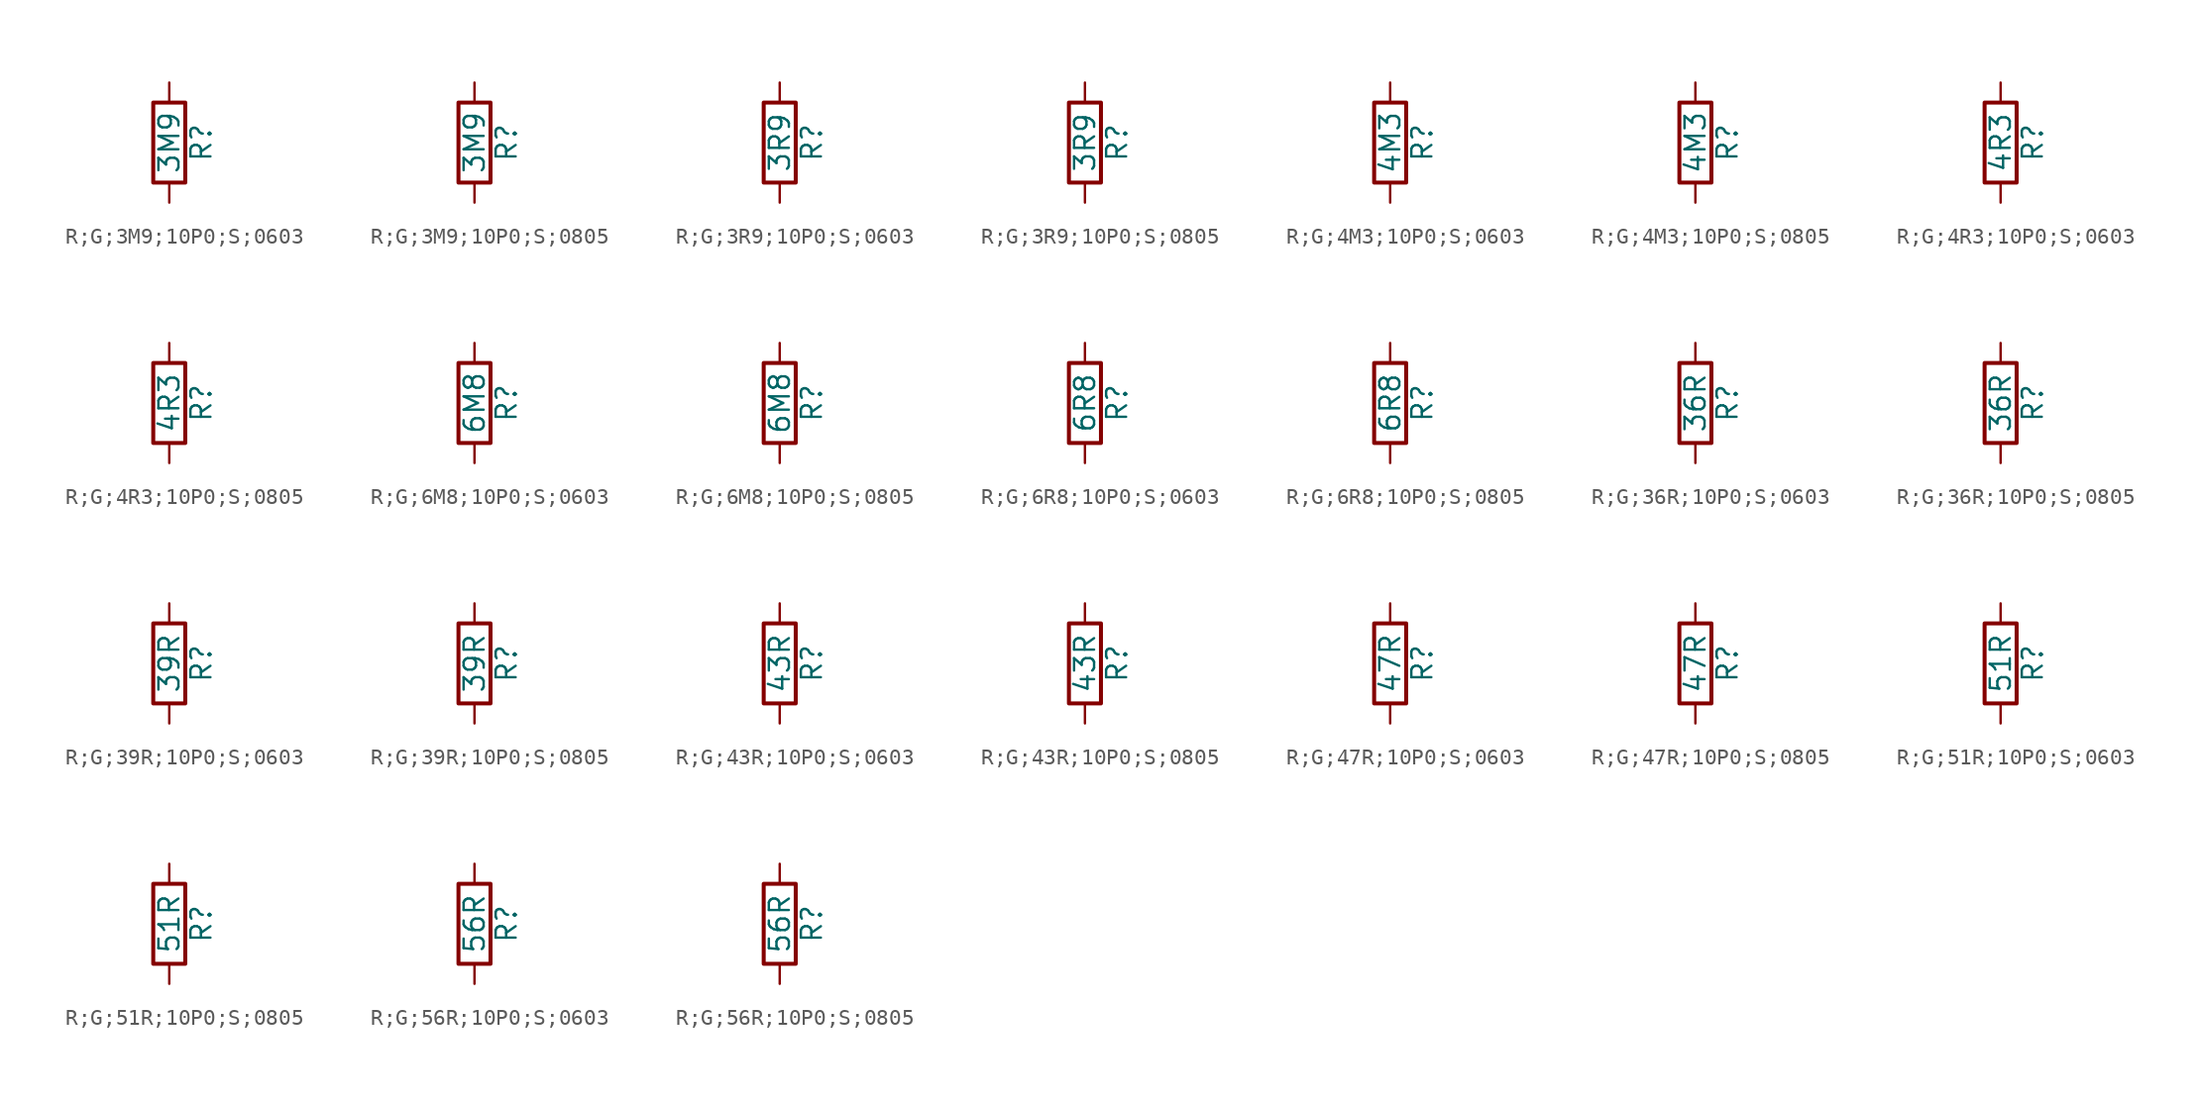
<source format=kicad_sym>
(kicad_symbol_lib
  (version 20231120)
  (generator "kicad_symbol_editor")
  (generator_version "8.0")
  (symbol "R;G;3M9;10P0;S;0603"
    (pin_numbers hide)
    (pin_names
      (offset 0))
    (property "Reference" "R"
      (at 2.032 0 90)
      (effects (font (size 1.27 1.27))))
    (property "Value" "3M9"
      (at 0 0 90)
      (effects (font (size 1.27 1.27))))
    (symbol "R;G;3M9;10P0;S;0603_0_1"
      (rectangle (start -1.016 -2.54) (end 1.016 2.54) (stroke (width 0.254) (type default)) (fill (type none))))
    (symbol "R;G;3M9;10P0;S;0603_1_1"
      (pin passive line (at 0 3.81 270) (length 1.27) (name "~" (effects (font (size 1.27 1.27)))) (number "1" (effects (font (size 1.27 1.27)))))
      (pin passive line (at 0 -3.81 90) (length 1.27) (name "~" (effects (font (size 1.27 1.27)))) (number "2" (effects (font (size 1.27 1.27)))))))
  (symbol "R;G;3M9;10P0;S;0805"
    (pin_numbers hide)
    (pin_names
      (offset 0))
    (property "Reference" "R"
      (at 2.032 0 90)
      (effects (font (size 1.27 1.27))))
    (property "Value" "3M9"
      (at 0 0 90)
      (effects (font (size 1.27 1.27))))
    (symbol "R;G;3M9;10P0;S;0805_0_1"
      (rectangle (start -1.016 -2.54) (end 1.016 2.54) (stroke (width 0.254) (type default)) (fill (type none))))
    (symbol "R;G;3M9;10P0;S;0805_1_1"
      (pin passive line (at 0 3.81 270) (length 1.27) (name "~" (effects (font (size 1.27 1.27)))) (number "1" (effects (font (size 1.27 1.27)))))
      (pin passive line (at 0 -3.81 90) (length 1.27) (name "~" (effects (font (size 1.27 1.27)))) (number "2" (effects (font (size 1.27 1.27)))))))
  (symbol "R;G;3R9;10P0;S;0603"
    (pin_numbers hide)
    (pin_names
      (offset 0))
    (property "Reference" "R"
      (at 2.032 0 90)
      (effects (font (size 1.27 1.27))))
    (property "Value" "3R9"
      (at 0 0 90)
      (effects (font (size 1.27 1.27))))
    (symbol "R;G;3R9;10P0;S;0603_0_1"
      (rectangle (start -1.016 -2.54) (end 1.016 2.54) (stroke (width 0.254) (type default)) (fill (type none))))
    (symbol "R;G;3R9;10P0;S;0603_1_1"
      (pin passive line (at 0 3.81 270) (length 1.27) (name "~" (effects (font (size 1.27 1.27)))) (number "1" (effects (font (size 1.27 1.27)))))
      (pin passive line (at 0 -3.81 90) (length 1.27) (name "~" (effects (font (size 1.27 1.27)))) (number "2" (effects (font (size 1.27 1.27)))))))
  (symbol "R;G;3R9;10P0;S;0805"
    (pin_numbers hide)
    (pin_names
      (offset 0))
    (property "Reference" "R"
      (at 2.032 0 90)
      (effects (font (size 1.27 1.27))))
    (property "Value" "3R9"
      (at 0 0 90)
      (effects (font (size 1.27 1.27))))
    (symbol "R;G;3R9;10P0;S;0805_0_1"
      (rectangle (start -1.016 -2.54) (end 1.016 2.54) (stroke (width 0.254) (type default)) (fill (type none))))
    (symbol "R;G;3R9;10P0;S;0805_1_1"
      (pin passive line (at 0 3.81 270) (length 1.27) (name "~" (effects (font (size 1.27 1.27)))) (number "1" (effects (font (size 1.27 1.27)))))
      (pin passive line (at 0 -3.81 90) (length 1.27) (name "~" (effects (font (size 1.27 1.27)))) (number "2" (effects (font (size 1.27 1.27)))))))
  (symbol "R;G;4M3;10P0;S;0603"
    (pin_numbers hide)
    (pin_names
      (offset 0))
    (property "Reference" "R"
      (at 2.032 0 90)
      (effects (font (size 1.27 1.27))))
    (property "Value" "4M3"
      (at 0 0 90)
      (effects (font (size 1.27 1.27))))
    (symbol "R;G;4M3;10P0;S;0603_0_1"
      (rectangle (start -1.016 -2.54) (end 1.016 2.54) (stroke (width 0.254) (type default)) (fill (type none))))
    (symbol "R;G;4M3;10P0;S;0603_1_1"
      (pin passive line (at 0 3.81 270) (length 1.27) (name "~" (effects (font (size 1.27 1.27)))) (number "1" (effects (font (size 1.27 1.27)))))
      (pin passive line (at 0 -3.81 90) (length 1.27) (name "~" (effects (font (size 1.27 1.27)))) (number "2" (effects (font (size 1.27 1.27)))))))
  (symbol "R;G;4M3;10P0;S;0805"
    (pin_numbers hide)
    (pin_names
      (offset 0))
    (property "Reference" "R"
      (at 2.032 0 90)
      (effects (font (size 1.27 1.27))))
    (property "Value" "4M3"
      (at 0 0 90)
      (effects (font (size 1.27 1.27))))
    (symbol "R;G;4M3;10P0;S;0805_0_1"
      (rectangle (start -1.016 -2.54) (end 1.016 2.54) (stroke (width 0.254) (type default)) (fill (type none))))
    (symbol "R;G;4M3;10P0;S;0805_1_1"
      (pin passive line (at 0 3.81 270) (length 1.27) (name "~" (effects (font (size 1.27 1.27)))) (number "1" (effects (font (size 1.27 1.27)))))
      (pin passive line (at 0 -3.81 90) (length 1.27) (name "~" (effects (font (size 1.27 1.27)))) (number "2" (effects (font (size 1.27 1.27)))))))
  (symbol "R;G;4R3;10P0;S;0603"
    (pin_numbers hide)
    (pin_names
      (offset 0))
    (property "Reference" "R"
      (at 2.032 0 90)
      (effects (font (size 1.27 1.27))))
    (property "Value" "4R3"
      (at 0 0 90)
      (effects (font (size 1.27 1.27))))
    (symbol "R;G;4R3;10P0;S;0603_0_1"
      (rectangle (start -1.016 -2.54) (end 1.016 2.54) (stroke (width 0.254) (type default)) (fill (type none))))
    (symbol "R;G;4R3;10P0;S;0603_1_1"
      (pin passive line (at 0 3.81 270) (length 1.27) (name "~" (effects (font (size 1.27 1.27)))) (number "1" (effects (font (size 1.27 1.27)))))
      (pin passive line (at 0 -3.81 90) (length 1.27) (name "~" (effects (font (size 1.27 1.27)))) (number "2" (effects (font (size 1.27 1.27)))))))
  (symbol "R;G;4R3;10P0;S;0805"
    (pin_numbers hide)
    (pin_names
      (offset 0))
    (property "Reference" "R"
      (at 2.032 0 90)
      (effects (font (size 1.27 1.27))))
    (property "Value" "4R3"
      (at 0 0 90)
      (effects (font (size 1.27 1.27))))
    (symbol "R;G;4R3;10P0;S;0805_0_1"
      (rectangle (start -1.016 -2.54) (end 1.016 2.54) (stroke (width 0.254) (type default)) (fill (type none))))
    (symbol "R;G;4R3;10P0;S;0805_1_1"
      (pin passive line (at 0 3.81 270) (length 1.27) (name "~" (effects (font (size 1.27 1.27)))) (number "1" (effects (font (size 1.27 1.27)))))
      (pin passive line (at 0 -3.81 90) (length 1.27) (name "~" (effects (font (size 1.27 1.27)))) (number "2" (effects (font (size 1.27 1.27)))))))
  (symbol "R;G;6M8;10P0;S;0603"
    (pin_numbers hide)
    (pin_names
      (offset 0))
    (property "Reference" "R"
      (at 2.032 0 90)
      (effects (font (size 1.27 1.27))))
    (property "Value" "6M8"
      (at 0 0 90)
      (effects (font (size 1.27 1.27))))
    (symbol "R;G;6M8;10P0;S;0603_0_1"
      (rectangle (start -1.016 -2.54) (end 1.016 2.54) (stroke (width 0.254) (type default)) (fill (type none))))
    (symbol "R;G;6M8;10P0;S;0603_1_1"
      (pin passive line (at 0 3.81 270) (length 1.27) (name "~" (effects (font (size 1.27 1.27)))) (number "1" (effects (font (size 1.27 1.27)))))
      (pin passive line (at 0 -3.81 90) (length 1.27) (name "~" (effects (font (size 1.27 1.27)))) (number "2" (effects (font (size 1.27 1.27)))))))
  (symbol "R;G;6M8;10P0;S;0805"
    (pin_numbers hide)
    (pin_names
      (offset 0))
    (property "Reference" "R"
      (at 2.032 0 90)
      (effects (font (size 1.27 1.27))))
    (property "Value" "6M8"
      (at 0 0 90)
      (effects (font (size 1.27 1.27))))
    (symbol "R;G;6M8;10P0;S;0805_0_1"
      (rectangle (start -1.016 -2.54) (end 1.016 2.54) (stroke (width 0.254) (type default)) (fill (type none))))
    (symbol "R;G;6M8;10P0;S;0805_1_1"
      (pin passive line (at 0 3.81 270) (length 1.27) (name "~" (effects (font (size 1.27 1.27)))) (number "1" (effects (font (size 1.27 1.27)))))
      (pin passive line (at 0 -3.81 90) (length 1.27) (name "~" (effects (font (size 1.27 1.27)))) (number "2" (effects (font (size 1.27 1.27)))))))
  (symbol "R;G;6R8;10P0;S;0603"
    (pin_numbers hide)
    (pin_names
      (offset 0))
    (property "Reference" "R"
      (at 2.032 0 90)
      (effects (font (size 1.27 1.27))))
    (property "Value" "6R8"
      (at 0 0 90)
      (effects (font (size 1.27 1.27))))
    (symbol "R;G;6R8;10P0;S;0603_0_1"
      (rectangle (start -1.016 -2.54) (end 1.016 2.54) (stroke (width 0.254) (type default)) (fill (type none))))
    (symbol "R;G;6R8;10P0;S;0603_1_1"
      (pin passive line (at 0 3.81 270) (length 1.27) (name "~" (effects (font (size 1.27 1.27)))) (number "1" (effects (font (size 1.27 1.27)))))
      (pin passive line (at 0 -3.81 90) (length 1.27) (name "~" (effects (font (size 1.27 1.27)))) (number "2" (effects (font (size 1.27 1.27)))))))
  (symbol "R;G;6R8;10P0;S;0805"
    (pin_numbers hide)
    (pin_names
      (offset 0))
    (property "Reference" "R"
      (at 2.032 0 90)
      (effects (font (size 1.27 1.27))))
    (property "Value" "6R8"
      (at 0 0 90)
      (effects (font (size 1.27 1.27))))
    (symbol "R;G;6R8;10P0;S;0805_0_1"
      (rectangle (start -1.016 -2.54) (end 1.016 2.54) (stroke (width 0.254) (type default)) (fill (type none))))
    (symbol "R;G;6R8;10P0;S;0805_1_1"
      (pin passive line (at 0 3.81 270) (length 1.27) (name "~" (effects (font (size 1.27 1.27)))) (number "1" (effects (font (size 1.27 1.27)))))
      (pin passive line (at 0 -3.81 90) (length 1.27) (name "~" (effects (font (size 1.27 1.27)))) (number "2" (effects (font (size 1.27 1.27)))))))
  (symbol "R;G;36R;10P0;S;0603"
    (pin_numbers hide)
    (pin_names
      (offset 0))
    (property "Reference" "R"
      (at 2.032 0 90)
      (effects (font (size 1.27 1.27))))
    (property "Value" "36R"
      (at 0 0 90)
      (effects (font (size 1.27 1.27))))
    (symbol "R;G;36R;10P0;S;0603_0_1"
      (rectangle (start -1.016 -2.54) (end 1.016 2.54) (stroke (width 0.254) (type default)) (fill (type none))))
    (symbol "R;G;36R;10P0;S;0603_1_1"
      (pin passive line (at 0 3.81 270) (length 1.27) (name "~" (effects (font (size 1.27 1.27)))) (number "1" (effects (font (size 1.27 1.27)))))
      (pin passive line (at 0 -3.81 90) (length 1.27) (name "~" (effects (font (size 1.27 1.27)))) (number "2" (effects (font (size 1.27 1.27)))))))
  (symbol "R;G;36R;10P0;S;0805"
    (pin_numbers hide)
    (pin_names
      (offset 0))
    (property "Reference" "R"
      (at 2.032 0 90)
      (effects (font (size 1.27 1.27))))
    (property "Value" "36R"
      (at 0 0 90)
      (effects (font (size 1.27 1.27))))
    (symbol "R;G;36R;10P0;S;0805_0_1"
      (rectangle (start -1.016 -2.54) (end 1.016 2.54) (stroke (width 0.254) (type default)) (fill (type none))))
    (symbol "R;G;36R;10P0;S;0805_1_1"
      (pin passive line (at 0 3.81 270) (length 1.27) (name "~" (effects (font (size 1.27 1.27)))) (number "1" (effects (font (size 1.27 1.27)))))
      (pin passive line (at 0 -3.81 90) (length 1.27) (name "~" (effects (font (size 1.27 1.27)))) (number "2" (effects (font (size 1.27 1.27)))))))
  (symbol "R;G;39R;10P0;S;0603"
    (pin_numbers hide)
    (pin_names
      (offset 0))
    (property "Reference" "R"
      (at 2.032 0 90)
      (effects (font (size 1.27 1.27))))
    (property "Value" "39R"
      (at 0 0 90)
      (effects (font (size 1.27 1.27))))
    (symbol "R;G;39R;10P0;S;0603_0_1"
      (rectangle (start -1.016 -2.54) (end 1.016 2.54) (stroke (width 0.254) (type default)) (fill (type none))))
    (symbol "R;G;39R;10P0;S;0603_1_1"
      (pin passive line (at 0 3.81 270) (length 1.27) (name "~" (effects (font (size 1.27 1.27)))) (number "1" (effects (font (size 1.27 1.27)))))
      (pin passive line (at 0 -3.81 90) (length 1.27) (name "~" (effects (font (size 1.27 1.27)))) (number "2" (effects (font (size 1.27 1.27)))))))
  (symbol "R;G;39R;10P0;S;0805"
    (pin_numbers hide)
    (pin_names
      (offset 0))
    (property "Reference" "R"
      (at 2.032 0 90)
      (effects (font (size 1.27 1.27))))
    (property "Value" "39R"
      (at 0 0 90)
      (effects (font (size 1.27 1.27))))
    (symbol "R;G;39R;10P0;S;0805_0_1"
      (rectangle (start -1.016 -2.54) (end 1.016 2.54) (stroke (width 0.254) (type default)) (fill (type none))))
    (symbol "R;G;39R;10P0;S;0805_1_1"
      (pin passive line (at 0 3.81 270) (length 1.27) (name "~" (effects (font (size 1.27 1.27)))) (number "1" (effects (font (size 1.27 1.27)))))
      (pin passive line (at 0 -3.81 90) (length 1.27) (name "~" (effects (font (size 1.27 1.27)))) (number "2" (effects (font (size 1.27 1.27)))))))
  (symbol "R;G;43R;10P0;S;0603"
    (pin_numbers hide)
    (pin_names
      (offset 0))
    (property "Reference" "R"
      (at 2.032 0 90)
      (effects (font (size 1.27 1.27))))
    (property "Value" "43R"
      (at 0 0 90)
      (effects (font (size 1.27 1.27))))
    (symbol "R;G;43R;10P0;S;0603_0_1"
      (rectangle (start -1.016 -2.54) (end 1.016 2.54) (stroke (width 0.254) (type default)) (fill (type none))))
    (symbol "R;G;43R;10P0;S;0603_1_1"
      (pin passive line (at 0 3.81 270) (length 1.27) (name "~" (effects (font (size 1.27 1.27)))) (number "1" (effects (font (size 1.27 1.27)))))
      (pin passive line (at 0 -3.81 90) (length 1.27) (name "~" (effects (font (size 1.27 1.27)))) (number "2" (effects (font (size 1.27 1.27)))))))
  (symbol "R;G;43R;10P0;S;0805"
    (pin_numbers hide)
    (pin_names
      (offset 0))
    (property "Reference" "R"
      (at 2.032 0 90)
      (effects (font (size 1.27 1.27))))
    (property "Value" "43R"
      (at 0 0 90)
      (effects (font (size 1.27 1.27))))
    (symbol "R;G;43R;10P0;S;0805_0_1"
      (rectangle (start -1.016 -2.54) (end 1.016 2.54) (stroke (width 0.254) (type default)) (fill (type none))))
    (symbol "R;G;43R;10P0;S;0805_1_1"
      (pin passive line (at 0 3.81 270) (length 1.27) (name "~" (effects (font (size 1.27 1.27)))) (number "1" (effects (font (size 1.27 1.27)))))
      (pin passive line (at 0 -3.81 90) (length 1.27) (name "~" (effects (font (size 1.27 1.27)))) (number "2" (effects (font (size 1.27 1.27)))))))
  (symbol "R;G;47R;10P0;S;0603"
    (pin_numbers hide)
    (pin_names
      (offset 0))
    (property "Reference" "R"
      (at 2.032 0 90)
      (effects (font (size 1.27 1.27))))
    (property "Value" "47R"
      (at 0 0 90)
      (effects (font (size 1.27 1.27))))
    (symbol "R;G;47R;10P0;S;0603_0_1"
      (rectangle (start -1.016 -2.54) (end 1.016 2.54) (stroke (width 0.254) (type default)) (fill (type none))))
    (symbol "R;G;47R;10P0;S;0603_1_1"
      (pin passive line (at 0 3.81 270) (length 1.27) (name "~" (effects (font (size 1.27 1.27)))) (number "1" (effects (font (size 1.27 1.27)))))
      (pin passive line (at 0 -3.81 90) (length 1.27) (name "~" (effects (font (size 1.27 1.27)))) (number "2" (effects (font (size 1.27 1.27)))))))
  (symbol "R;G;47R;10P0;S;0805"
    (pin_numbers hide)
    (pin_names
      (offset 0))
    (property "Reference" "R"
      (at 2.032 0 90)
      (effects (font (size 1.27 1.27))))
    (property "Value" "47R"
      (at 0 0 90)
      (effects (font (size 1.27 1.27))))
    (symbol "R;G;47R;10P0;S;0805_0_1"
      (rectangle (start -1.016 -2.54) (end 1.016 2.54) (stroke (width 0.254) (type default)) (fill (type none))))
    (symbol "R;G;47R;10P0;S;0805_1_1"
      (pin passive line (at 0 3.81 270) (length 1.27) (name "~" (effects (font (size 1.27 1.27)))) (number "1" (effects (font (size 1.27 1.27)))))
      (pin passive line (at 0 -3.81 90) (length 1.27) (name "~" (effects (font (size 1.27 1.27)))) (number "2" (effects (font (size 1.27 1.27)))))))
  (symbol "R;G;51R;10P0;S;0603"
    (pin_numbers hide)
    (pin_names
      (offset 0))
    (property "Reference" "R"
      (at 2.032 0 90)
      (effects (font (size 1.27 1.27))))
    (property "Value" "51R"
      (at 0 0 90)
      (effects (font (size 1.27 1.27))))
    (symbol "R;G;51R;10P0;S;0603_0_1"
      (rectangle (start -1.016 -2.54) (end 1.016 2.54) (stroke (width 0.254) (type default)) (fill (type none))))
    (symbol "R;G;51R;10P0;S;0603_1_1"
      (pin passive line (at 0 3.81 270) (length 1.27) (name "~" (effects (font (size 1.27 1.27)))) (number "1" (effects (font (size 1.27 1.27)))))
      (pin passive line (at 0 -3.81 90) (length 1.27) (name "~" (effects (font (size 1.27 1.27)))) (number "2" (effects (font (size 1.27 1.27)))))))
  (symbol "R;G;51R;10P0;S;0805"
    (pin_numbers hide)
    (pin_names
      (offset 0))
    (property "Reference" "R"
      (at 2.032 0 90)
      (effects (font (size 1.27 1.27))))
    (property "Value" "51R"
      (at 0 0 90)
      (effects (font (size 1.27 1.27))))
    (symbol "R;G;51R;10P0;S;0805_0_1"
      (rectangle (start -1.016 -2.54) (end 1.016 2.54) (stroke (width 0.254) (type default)) (fill (type none))))
    (symbol "R;G;51R;10P0;S;0805_1_1"
      (pin passive line (at 0 3.81 270) (length 1.27) (name "~" (effects (font (size 1.27 1.27)))) (number "1" (effects (font (size 1.27 1.27)))))
      (pin passive line (at 0 -3.81 90) (length 1.27) (name "~" (effects (font (size 1.27 1.27)))) (number "2" (effects (font (size 1.27 1.27)))))))
  (symbol "R;G;56R;10P0;S;0603"
    (pin_numbers hide)
    (pin_names
      (offset 0))
    (property "Reference" "R"
      (at 2.032 0 90)
      (effects (font (size 1.27 1.27))))
    (property "Value" "56R"
      (at 0 0 90)
      (effects (font (size 1.27 1.27))))
    (symbol "R;G;56R;10P0;S;0603_0_1"
      (rectangle (start -1.016 -2.54) (end 1.016 2.54) (stroke (width 0.254) (type default)) (fill (type none))))
    (symbol "R;G;56R;10P0;S;0603_1_1"
      (pin passive line (at 0 3.81 270) (length 1.27) (name "~" (effects (font (size 1.27 1.27)))) (number "1" (effects (font (size 1.27 1.27)))))
      (pin passive line (at 0 -3.81 90) (length 1.27) (name "~" (effects (font (size 1.27 1.27)))) (number "2" (effects (font (size 1.27 1.27)))))))
  (symbol "R;G;56R;10P0;S;0805"
    (pin_numbers hide)
    (pin_names
      (offset 0))
    (property "Reference" "R"
      (at 2.032 0 90)
      (effects (font (size 1.27 1.27))))
    (property "Value" "56R"
      (at 0 0 90)
      (effects (font (size 1.27 1.27))))
    (symbol "R;G;56R;10P0;S;0805_0_1"
      (rectangle (start -1.016 -2.54) (end 1.016 2.54) (stroke (width 0.254) (type default)) (fill (type none))))
    (symbol "R;G;56R;10P0;S;0805_1_1"
      (pin passive line (at 0 3.81 270) (length 1.27) (name "~" (effects (font (size 1.27 1.27)))) (number "1" (effects (font (size 1.27 1.27)))))
      (pin passive line (at 0 -3.81 90) (length 1.27) (name "~" (effects (font (size 1.27 1.27)))) (number "2" (effects (font (size 1.27 1.27))))))))
</source>
